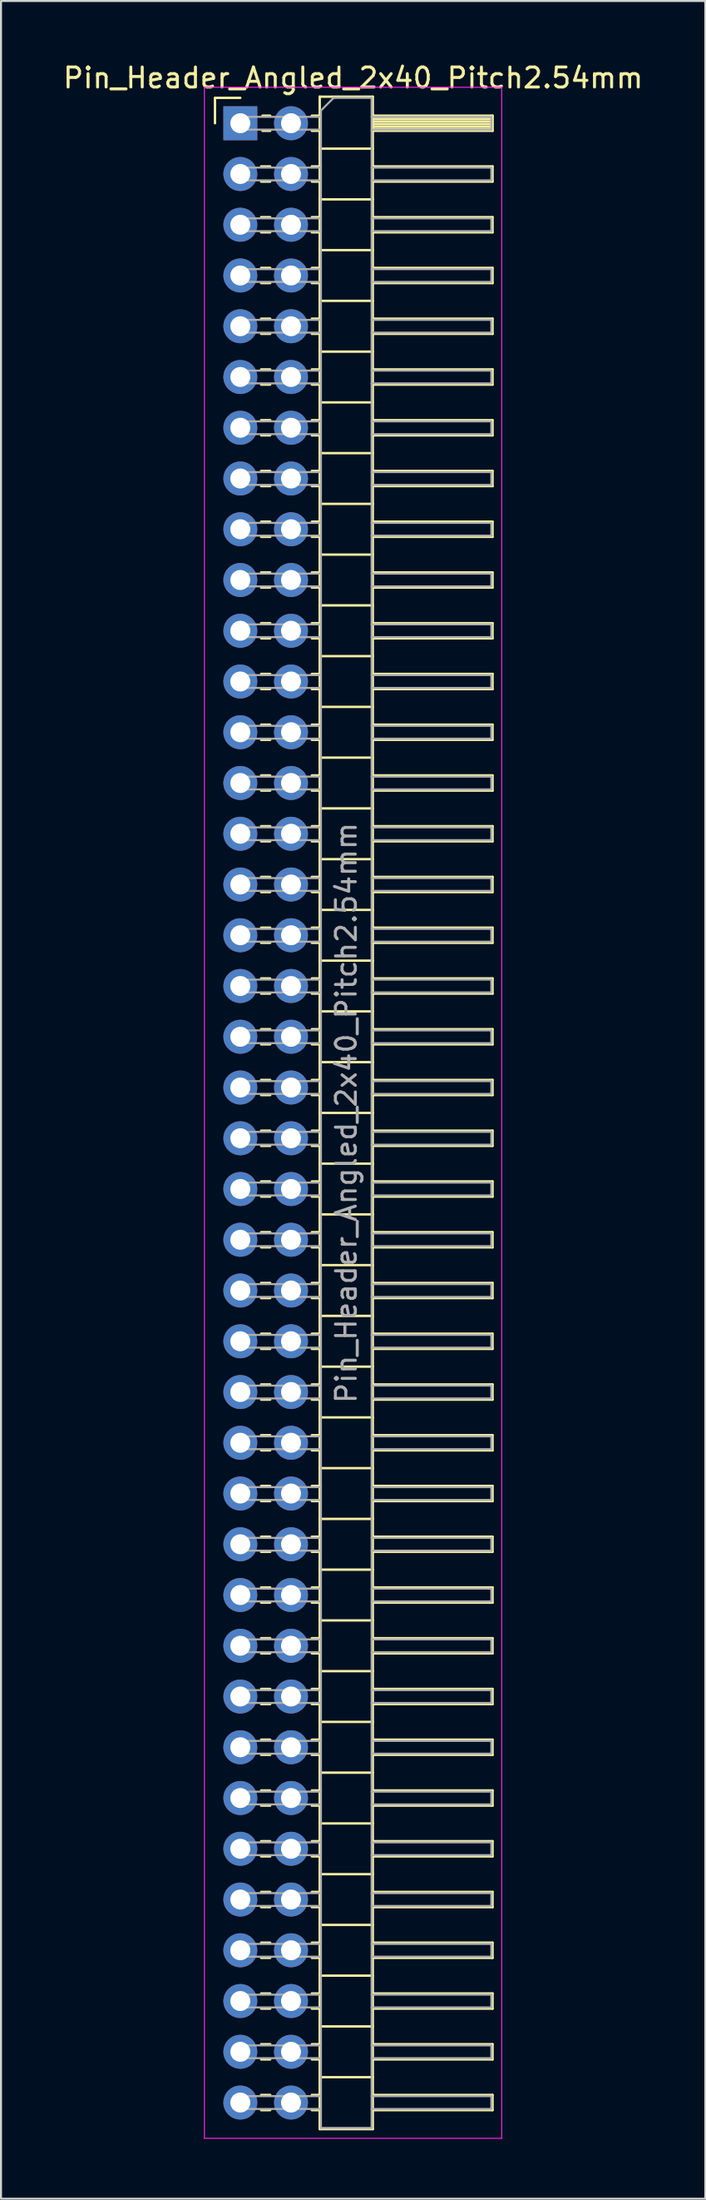
<source format=kicad_pcb>
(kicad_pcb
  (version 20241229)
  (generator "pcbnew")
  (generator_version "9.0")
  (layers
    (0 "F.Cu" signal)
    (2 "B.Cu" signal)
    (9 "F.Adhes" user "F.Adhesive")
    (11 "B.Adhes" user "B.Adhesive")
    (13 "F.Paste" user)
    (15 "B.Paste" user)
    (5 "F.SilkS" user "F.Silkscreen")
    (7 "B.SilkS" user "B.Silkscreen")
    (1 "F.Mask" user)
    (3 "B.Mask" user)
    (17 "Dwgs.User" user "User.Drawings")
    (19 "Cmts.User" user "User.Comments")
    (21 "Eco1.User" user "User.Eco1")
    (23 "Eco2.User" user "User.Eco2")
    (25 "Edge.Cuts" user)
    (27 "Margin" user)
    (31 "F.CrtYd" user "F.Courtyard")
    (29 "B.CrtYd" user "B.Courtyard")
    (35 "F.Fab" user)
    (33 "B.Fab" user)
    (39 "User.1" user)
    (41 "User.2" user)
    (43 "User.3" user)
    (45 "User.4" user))
  (footprint "Pin_Header_Angled_2x40_Pitch2.54mm"
    (layer "F.Cu")
    (at 8.994 3.118)
    (property "Reference" "Pin_Header_Angled_2x40_Pitch2.54mm" (at 5.655 -2.27 0) (layer "F.SilkS") (effects (font (size 1 1) (thickness 0.15))))
    (attr through_hole)
    (fp_line (start -1.27 -1.27) (end 0 -1.27) (stroke (width 0.12) (type solid)) (layer "F.SilkS"))
    (fp_line (start -1.27 0) (end -1.27 -1.27) (stroke (width 0.12) (type solid)) (layer "F.SilkS"))
    (fp_line (start 1.043 2.16) (end 1.497 2.16) (stroke (width 0.12) (type solid)) (layer "F.SilkS"))
    (fp_line (start 1.043 2.92) (end 1.497 2.92) (stroke (width 0.12) (type solid)) (layer "F.SilkS"))
    (fp_line (start 1.043 4.7) (end 1.497 4.7) (stroke (width 0.12) (type solid)) (layer "F.SilkS"))
    (fp_line (start 1.043 5.46) (end 1.497 5.46) (stroke (width 0.12) (type solid)) (layer "F.SilkS"))
    (fp_line (start 1.043 7.24) (end 1.497 7.24) (stroke (width 0.12) (type solid)) (layer "F.SilkS"))
    (fp_line (start 1.043 8) (end 1.497 8) (stroke (width 0.12) (type solid)) (layer "F.SilkS"))
    (fp_line (start 1.043 9.78) (end 1.497 9.78) (stroke (width 0.12) (type solid)) (layer "F.SilkS"))
    (fp_line (start 1.043 10.54) (end 1.497 10.54) (stroke (width 0.12) (type solid)) (layer "F.SilkS"))
    (fp_line (start 1.043 12.32) (end 1.497 12.32) (stroke (width 0.12) (type solid)) (layer "F.SilkS"))
    (fp_line (start 1.043 13.08) (end 1.497 13.08) (stroke (width 0.12) (type solid)) (layer "F.SilkS"))
    (fp_line (start 1.043 14.86) (end 1.497 14.86) (stroke (width 0.12) (type solid)) (layer "F.SilkS"))
    (fp_line (start 1.043 15.62) (end 1.497 15.62) (stroke (width 0.12) (type solid)) (layer "F.SilkS"))
    (fp_line (start 1.043 17.4) (end 1.497 17.4) (stroke (width 0.12) (type solid)) (layer "F.SilkS"))
    (fp_line (start 1.043 18.16) (end 1.497 18.16) (stroke (width 0.12) (type solid)) (layer "F.SilkS"))
    (fp_line (start 1.043 19.94) (end 1.497 19.94) (stroke (width 0.12) (type solid)) (layer "F.SilkS"))
    (fp_line (start 1.043 20.7) (end 1.497 20.7) (stroke (width 0.12) (type solid)) (layer "F.SilkS"))
    (fp_line (start 1.043 22.48) (end 1.497 22.48) (stroke (width 0.12) (type solid)) (layer "F.SilkS"))
    (fp_line (start 1.043 23.24) (end 1.497 23.24) (stroke (width 0.12) (type solid)) (layer "F.SilkS"))
    (fp_line (start 1.043 25.02) (end 1.497 25.02) (stroke (width 0.12) (type solid)) (layer "F.SilkS"))
    (fp_line (start 1.043 25.78) (end 1.497 25.78) (stroke (width 0.12) (type solid)) (layer "F.SilkS"))
    (fp_line (start 1.043 27.56) (end 1.497 27.56) (stroke (width 0.12) (type solid)) (layer "F.SilkS"))
    (fp_line (start 1.043 28.32) (end 1.497 28.32) (stroke (width 0.12) (type solid)) (layer "F.SilkS"))
    (fp_line (start 1.043 30.1) (end 1.497 30.1) (stroke (width 0.12) (type solid)) (layer "F.SilkS"))
    (fp_line (start 1.043 30.86) (end 1.497 30.86) (stroke (width 0.12) (type solid)) (layer "F.SilkS"))
    (fp_line (start 1.043 32.64) (end 1.497 32.64) (stroke (width 0.12) (type solid)) (layer "F.SilkS"))
    (fp_line (start 1.043 33.4) (end 1.497 33.4) (stroke (width 0.12) (type solid)) (layer "F.SilkS"))
    (fp_line (start 1.043 35.18) (end 1.497 35.18) (stroke (width 0.12) (type solid)) (layer "F.SilkS"))
    (fp_line (start 1.043 35.94) (end 1.497 35.94) (stroke (width 0.12) (type solid)) (layer "F.SilkS"))
    (fp_line (start 1.043 37.72) (end 1.497 37.72) (stroke (width 0.12) (type solid)) (layer "F.SilkS"))
    (fp_line (start 1.043 38.48) (end 1.497 38.48) (stroke (width 0.12) (type solid)) (layer "F.SilkS"))
    (fp_line (start 1.043 40.26) (end 1.497 40.26) (stroke (width 0.12) (type solid)) (layer "F.SilkS"))
    (fp_line (start 1.043 41.02) (end 1.497 41.02) (stroke (width 0.12) (type solid)) (layer "F.SilkS"))
    (fp_line (start 1.043 42.8) (end 1.497 42.8) (stroke (width 0.12) (type solid)) (layer "F.SilkS"))
    (fp_line (start 1.043 43.56) (end 1.497 43.56) (stroke (width 0.12) (type solid)) (layer "F.SilkS"))
    (fp_line (start 1.043 45.34) (end 1.497 45.34) (stroke (width 0.12) (type solid)) (layer "F.SilkS"))
    (fp_line (start 1.043 46.1) (end 1.497 46.1) (stroke (width 0.12) (type solid)) (layer "F.SilkS"))
    (fp_line (start 1.043 47.88) (end 1.497 47.88) (stroke (width 0.12) (type solid)) (layer "F.SilkS"))
    (fp_line (start 1.043 48.64) (end 1.497 48.64) (stroke (width 0.12) (type solid)) (layer "F.SilkS"))
    (fp_line (start 1.043 50.42) (end 1.497 50.42) (stroke (width 0.12) (type solid)) (layer "F.SilkS"))
    (fp_line (start 1.043 51.18) (end 1.497 51.18) (stroke (width 0.12) (type solid)) (layer "F.SilkS"))
    (fp_line (start 1.043 52.96) (end 1.497 52.96) (stroke (width 0.12) (type solid)) (layer "F.SilkS"))
    (fp_line (start 1.043 53.72) (end 1.497 53.72) (stroke (width 0.12) (type solid)) (layer "F.SilkS"))
    (fp_line (start 1.043 55.5) (end 1.497 55.5) (stroke (width 0.12) (type solid)) (layer "F.SilkS"))
    (fp_line (start 1.043 56.26) (end 1.497 56.26) (stroke (width 0.12) (type solid)) (layer "F.SilkS"))
    (fp_line (start 1.043 58.04) (end 1.497 58.04) (stroke (width 0.12) (type solid)) (layer "F.SilkS"))
    (fp_line (start 1.043 58.8) (end 1.497 58.8) (stroke (width 0.12) (type solid)) (layer "F.SilkS"))
    (fp_line (start 1.043 60.58) (end 1.497 60.58) (stroke (width 0.12) (type solid)) (layer "F.SilkS"))
    (fp_line (start 1.043 61.34) (end 1.497 61.34) (stroke (width 0.12) (type solid)) (layer "F.SilkS"))
    (fp_line (start 1.043 63.12) (end 1.497 63.12) (stroke (width 0.12) (type solid)) (layer "F.SilkS"))
    (fp_line (start 1.043 63.88) (end 1.497 63.88) (stroke (width 0.12) (type solid)) (layer "F.SilkS"))
    (fp_line (start 1.043 65.66) (end 1.497 65.66) (stroke (width 0.12) (type solid)) (layer "F.SilkS"))
    (fp_line (start 1.043 66.42) (end 1.497 66.42) (stroke (width 0.12) (type solid)) (layer "F.SilkS"))
    (fp_line (start 1.043 68.2) (end 1.497 68.2) (stroke (width 0.12) (type solid)) (layer "F.SilkS"))
    (fp_line (start 1.043 68.96) (end 1.497 68.96) (stroke (width 0.12) (type solid)) (layer "F.SilkS"))
    (fp_line (start 1.043 70.74) (end 1.497 70.74) (stroke (width 0.12) (type solid)) (layer "F.SilkS"))
    (fp_line (start 1.043 71.5) (end 1.497 71.5) (stroke (width 0.12) (type solid)) (layer "F.SilkS"))
    (fp_line (start 1.043 73.28) (end 1.497 73.28) (stroke (width 0.12) (type solid)) (layer "F.SilkS"))
    (fp_line (start 1.043 74.04) (end 1.497 74.04) (stroke (width 0.12) (type solid)) (layer "F.SilkS"))
    (fp_line (start 1.043 75.82) (end 1.497 75.82) (stroke (width 0.12) (type solid)) (layer "F.SilkS"))
    (fp_line (start 1.043 76.58) (end 1.497 76.58) (stroke (width 0.12) (type solid)) (layer "F.SilkS"))
    (fp_line (start 1.043 78.36) (end 1.497 78.36) (stroke (width 0.12) (type solid)) (layer "F.SilkS"))
    (fp_line (start 1.043 79.12) (end 1.497 79.12) (stroke (width 0.12) (type solid)) (layer "F.SilkS"))
    (fp_line (start 1.043 80.9) (end 1.497 80.9) (stroke (width 0.12) (type solid)) (layer "F.SilkS"))
    (fp_line (start 1.043 81.66) (end 1.497 81.66) (stroke (width 0.12) (type solid)) (layer "F.SilkS"))
    (fp_line (start 1.043 83.44) (end 1.497 83.44) (stroke (width 0.12) (type solid)) (layer "F.SilkS"))
    (fp_line (start 1.043 84.2) (end 1.497 84.2) (stroke (width 0.12) (type solid)) (layer "F.SilkS"))
    (fp_line (start 1.043 85.98) (end 1.497 85.98) (stroke (width 0.12) (type solid)) (layer "F.SilkS"))
    (fp_line (start 1.043 86.74) (end 1.497 86.74) (stroke (width 0.12) (type solid)) (layer "F.SilkS"))
    (fp_line (start 1.043 88.52) (end 1.497 88.52) (stroke (width 0.12) (type solid)) (layer "F.SilkS"))
    (fp_line (start 1.043 89.28) (end 1.497 89.28) (stroke (width 0.12) (type solid)) (layer "F.SilkS"))
    (fp_line (start 1.043 91.06) (end 1.497 91.06) (stroke (width 0.12) (type solid)) (layer "F.SilkS"))
    (fp_line (start 1.043 91.82) (end 1.497 91.82) (stroke (width 0.12) (type solid)) (layer "F.SilkS"))
    (fp_line (start 1.043 93.6) (end 1.497 93.6) (stroke (width 0.12) (type solid)) (layer "F.SilkS"))
    (fp_line (start 1.043 94.36) (end 1.497 94.36) (stroke (width 0.12) (type solid)) (layer "F.SilkS"))
    (fp_line (start 1.043 96.14) (end 1.497 96.14) (stroke (width 0.12) (type solid)) (layer "F.SilkS"))
    (fp_line (start 1.043 96.9) (end 1.497 96.9) (stroke (width 0.12) (type solid)) (layer "F.SilkS"))
    (fp_line (start 1.043 98.68) (end 1.497 98.68) (stroke (width 0.12) (type solid)) (layer "F.SilkS"))
    (fp_line (start 1.043 99.44) (end 1.497 99.44) (stroke (width 0.12) (type solid)) (layer "F.SilkS"))
    (fp_line (start 1.11 -0.38) (end 1.497 -0.38) (stroke (width 0.12) (type solid)) (layer "F.SilkS"))
    (fp_line (start 1.11 0.38) (end 1.497 0.38) (stroke (width 0.12) (type solid)) (layer "F.SilkS"))
    (fp_line (start 3.583 -0.38) (end 3.98 -0.38) (stroke (width 0.12) (type solid)) (layer "F.SilkS"))
    (fp_line (start 3.583 0.38) (end 3.98 0.38) (stroke (width 0.12) (type solid)) (layer "F.SilkS"))
    (fp_line (start 3.583 2.16) (end 3.98 2.16) (stroke (width 0.12) (type solid)) (layer "F.SilkS"))
    (fp_line (start 3.583 2.92) (end 3.98 2.92) (stroke (width 0.12) (type solid)) (layer "F.SilkS"))
    (fp_line (start 3.583 4.7) (end 3.98 4.7) (stroke (width 0.12) (type solid)) (layer "F.SilkS"))
    (fp_line (start 3.583 5.46) (end 3.98 5.46) (stroke (width 0.12) (type solid)) (layer "F.SilkS"))
    (fp_line (start 3.583 7.24) (end 3.98 7.24) (stroke (width 0.12) (type solid)) (layer "F.SilkS"))
    (fp_line (start 3.583 8) (end 3.98 8) (stroke (width 0.12) (type solid)) (layer "F.SilkS"))
    (fp_line (start 3.583 9.78) (end 3.98 9.78) (stroke (width 0.12) (type solid)) (layer "F.SilkS"))
    (fp_line (start 3.583 10.54) (end 3.98 10.54) (stroke (width 0.12) (type solid)) (layer "F.SilkS"))
    (fp_line (start 3.583 12.32) (end 3.98 12.32) (stroke (width 0.12) (type solid)) (layer "F.SilkS"))
    (fp_line (start 3.583 13.08) (end 3.98 13.08) (stroke (width 0.12) (type solid)) (layer "F.SilkS"))
    (fp_line (start 3.583 14.86) (end 3.98 14.86) (stroke (width 0.12) (type solid)) (layer "F.SilkS"))
    (fp_line (start 3.583 15.62) (end 3.98 15.62) (stroke (width 0.12) (type solid)) (layer "F.SilkS"))
    (fp_line (start 3.583 17.4) (end 3.98 17.4) (stroke (width 0.12) (type solid)) (layer "F.SilkS"))
    (fp_line (start 3.583 18.16) (end 3.98 18.16) (stroke (width 0.12) (type solid)) (layer "F.SilkS"))
    (fp_line (start 3.583 19.94) (end 3.98 19.94) (stroke (width 0.12) (type solid)) (layer "F.SilkS"))
    (fp_line (start 3.583 20.7) (end 3.98 20.7) (stroke (width 0.12) (type solid)) (layer "F.SilkS"))
    (fp_line (start 3.583 22.48) (end 3.98 22.48) (stroke (width 0.12) (type solid)) (layer "F.SilkS"))
    (fp_line (start 3.583 23.24) (end 3.98 23.24) (stroke (width 0.12) (type solid)) (layer "F.SilkS"))
    (fp_line (start 3.583 25.02) (end 3.98 25.02) (stroke (width 0.12) (type solid)) (layer "F.SilkS"))
    (fp_line (start 3.583 25.78) (end 3.98 25.78) (stroke (width 0.12) (type solid)) (layer "F.SilkS"))
    (fp_line (start 3.583 27.56) (end 3.98 27.56) (stroke (width 0.12) (type solid)) (layer "F.SilkS"))
    (fp_line (start 3.583 28.32) (end 3.98 28.32) (stroke (width 0.12) (type solid)) (layer "F.SilkS"))
    (fp_line (start 3.583 30.1) (end 3.98 30.1) (stroke (width 0.12) (type solid)) (layer "F.SilkS"))
    (fp_line (start 3.583 30.86) (end 3.98 30.86) (stroke (width 0.12) (type solid)) (layer "F.SilkS"))
    (fp_line (start 3.583 32.64) (end 3.98 32.64) (stroke (width 0.12) (type solid)) (layer "F.SilkS"))
    (fp_line (start 3.583 33.4) (end 3.98 33.4) (stroke (width 0.12) (type solid)) (layer "F.SilkS"))
    (fp_line (start 3.583 35.18) (end 3.98 35.18) (stroke (width 0.12) (type solid)) (layer "F.SilkS"))
    (fp_line (start 3.583 35.94) (end 3.98 35.94) (stroke (width 0.12) (type solid)) (layer "F.SilkS"))
    (fp_line (start 3.583 37.72) (end 3.98 37.72) (stroke (width 0.12) (type solid)) (layer "F.SilkS"))
    (fp_line (start 3.583 38.48) (end 3.98 38.48) (stroke (width 0.12) (type solid)) (layer "F.SilkS"))
    (fp_line (start 3.583 40.26) (end 3.98 40.26) (stroke (width 0.12) (type solid)) (layer "F.SilkS"))
    (fp_line (start 3.583 41.02) (end 3.98 41.02) (stroke (width 0.12) (type solid)) (layer "F.SilkS"))
    (fp_line (start 3.583 42.8) (end 3.98 42.8) (stroke (width 0.12) (type solid)) (layer "F.SilkS"))
    (fp_line (start 3.583 43.56) (end 3.98 43.56) (stroke (width 0.12) (type solid)) (layer "F.SilkS"))
    (fp_line (start 3.583 45.34) (end 3.98 45.34) (stroke (width 0.12) (type solid)) (layer "F.SilkS"))
    (fp_line (start 3.583 46.1) (end 3.98 46.1) (stroke (width 0.12) (type solid)) (layer "F.SilkS"))
    (fp_line (start 3.583 47.88) (end 3.98 47.88) (stroke (width 0.12) (type solid)) (layer "F.SilkS"))
    (fp_line (start 3.583 48.64) (end 3.98 48.64) (stroke (width 0.12) (type solid)) (layer "F.SilkS"))
    (fp_line (start 3.583 50.42) (end 3.98 50.42) (stroke (width 0.12) (type solid)) (layer "F.SilkS"))
    (fp_line (start 3.583 51.18) (end 3.98 51.18) (stroke (width 0.12) (type solid)) (layer "F.SilkS"))
    (fp_line (start 3.583 52.96) (end 3.98 52.96) (stroke (width 0.12) (type solid)) (layer "F.SilkS"))
    (fp_line (start 3.583 53.72) (end 3.98 53.72) (stroke (width 0.12) (type solid)) (layer "F.SilkS"))
    (fp_line (start 3.583 55.5) (end 3.98 55.5) (stroke (width 0.12) (type solid)) (layer "F.SilkS"))
    (fp_line (start 3.583 56.26) (end 3.98 56.26) (stroke (width 0.12) (type solid)) (layer "F.SilkS"))
    (fp_line (start 3.583 58.04) (end 3.98 58.04) (stroke (width 0.12) (type solid)) (layer "F.SilkS"))
    (fp_line (start 3.583 58.8) (end 3.98 58.8) (stroke (width 0.12) (type solid)) (layer "F.SilkS"))
    (fp_line (start 3.583 60.58) (end 3.98 60.58) (stroke (width 0.12) (type solid)) (layer "F.SilkS"))
    (fp_line (start 3.583 61.34) (end 3.98 61.34) (stroke (width 0.12) (type solid)) (layer "F.SilkS"))
    (fp_line (start 3.583 63.12) (end 3.98 63.12) (stroke (width 0.12) (type solid)) (layer "F.SilkS"))
    (fp_line (start 3.583 63.88) (end 3.98 63.88) (stroke (width 0.12) (type solid)) (layer "F.SilkS"))
    (fp_line (start 3.583 65.66) (end 3.98 65.66) (stroke (width 0.12) (type solid)) (layer "F.SilkS"))
    (fp_line (start 3.583 66.42) (end 3.98 66.42) (stroke (width 0.12) (type solid)) (layer "F.SilkS"))
    (fp_line (start 3.583 68.2) (end 3.98 68.2) (stroke (width 0.12) (type solid)) (layer "F.SilkS"))
    (fp_line (start 3.583 68.96) (end 3.98 68.96) (stroke (width 0.12) (type solid)) (layer "F.SilkS"))
    (fp_line (start 3.583 70.74) (end 3.98 70.74) (stroke (width 0.12) (type solid)) (layer "F.SilkS"))
    (fp_line (start 3.583 71.5) (end 3.98 71.5) (stroke (width 0.12) (type solid)) (layer "F.SilkS"))
    (fp_line (start 3.583 73.28) (end 3.98 73.28) (stroke (width 0.12) (type solid)) (layer "F.SilkS"))
    (fp_line (start 3.583 74.04) (end 3.98 74.04) (stroke (width 0.12) (type solid)) (layer "F.SilkS"))
    (fp_line (start 3.583 75.82) (end 3.98 75.82) (stroke (width 0.12) (type solid)) (layer "F.SilkS"))
    (fp_line (start 3.583 76.58) (end 3.98 76.58) (stroke (width 0.12) (type solid)) (layer "F.SilkS"))
    (fp_line (start 3.583 78.36) (end 3.98 78.36) (stroke (width 0.12) (type solid)) (layer "F.SilkS"))
    (fp_line (start 3.583 79.12) (end 3.98 79.12) (stroke (width 0.12) (type solid)) (layer "F.SilkS"))
    (fp_line (start 3.583 80.9) (end 3.98 80.9) (stroke (width 0.12) (type solid)) (layer "F.SilkS"))
    (fp_line (start 3.583 81.66) (end 3.98 81.66) (stroke (width 0.12) (type solid)) (layer "F.SilkS"))
    (fp_line (start 3.583 83.44) (end 3.98 83.44) (stroke (width 0.12) (type solid)) (layer "F.SilkS"))
    (fp_line (start 3.583 84.2) (end 3.98 84.2) (stroke (width 0.12) (type solid)) (layer "F.SilkS"))
    (fp_line (start 3.583 85.98) (end 3.98 85.98) (stroke (width 0.12) (type solid)) (layer "F.SilkS"))
    (fp_line (start 3.583 86.74) (end 3.98 86.74) (stroke (width 0.12) (type solid)) (layer "F.SilkS"))
    (fp_line (start 3.583 88.52) (end 3.98 88.52) (stroke (width 0.12) (type solid)) (layer "F.SilkS"))
    (fp_line (start 3.583 89.28) (end 3.98 89.28) (stroke (width 0.12) (type solid)) (layer "F.SilkS"))
    (fp_line (start 3.583 91.06) (end 3.98 91.06) (stroke (width 0.12) (type solid)) (layer "F.SilkS"))
    (fp_line (start 3.583 91.82) (end 3.98 91.82) (stroke (width 0.12) (type solid)) (layer "F.SilkS"))
    (fp_line (start 3.583 93.6) (end 3.98 93.6) (stroke (width 0.12) (type solid)) (layer "F.SilkS"))
    (fp_line (start 3.583 94.36) (end 3.98 94.36) (stroke (width 0.12) (type solid)) (layer "F.SilkS"))
    (fp_line (start 3.583 96.14) (end 3.98 96.14) (stroke (width 0.12) (type solid)) (layer "F.SilkS"))
    (fp_line (start 3.583 96.9) (end 3.98 96.9) (stroke (width 0.12) (type solid)) (layer "F.SilkS"))
    (fp_line (start 3.583 98.68) (end 3.98 98.68) (stroke (width 0.12) (type solid)) (layer "F.SilkS"))
    (fp_line (start 3.583 99.44) (end 3.98 99.44) (stroke (width 0.12) (type solid)) (layer "F.SilkS"))
    (fp_line (start 3.98 -1.33) (end 3.98 100.39) (stroke (width 0.12) (type solid)) (layer "F.SilkS"))
    (fp_line (start 3.98 1.27) (end 6.64 1.27) (stroke (width 0.12) (type solid)) (layer "F.SilkS"))
    (fp_line (start 3.98 3.81) (end 6.64 3.81) (stroke (width 0.12) (type solid)) (layer "F.SilkS"))
    (fp_line (start 3.98 6.35) (end 6.64 6.35) (stroke (width 0.12) (type solid)) (layer "F.SilkS"))
    (fp_line (start 3.98 8.89) (end 6.64 8.89) (stroke (width 0.12) (type solid)) (layer "F.SilkS"))
    (fp_line (start 3.98 11.43) (end 6.64 11.43) (stroke (width 0.12) (type solid)) (layer "F.SilkS"))
    (fp_line (start 3.98 13.97) (end 6.64 13.97) (stroke (width 0.12) (type solid)) (layer "F.SilkS"))
    (fp_line (start 3.98 16.51) (end 6.64 16.51) (stroke (width 0.12) (type solid)) (layer "F.SilkS"))
    (fp_line (start 3.98 19.05) (end 6.64 19.05) (stroke (width 0.12) (type solid)) (layer "F.SilkS"))
    (fp_line (start 3.98 21.59) (end 6.64 21.59) (stroke (width 0.12) (type solid)) (layer "F.SilkS"))
    (fp_line (start 3.98 24.13) (end 6.64 24.13) (stroke (width 0.12) (type solid)) (layer "F.SilkS"))
    (fp_line (start 3.98 26.67) (end 6.64 26.67) (stroke (width 0.12) (type solid)) (layer "F.SilkS"))
    (fp_line (start 3.98 29.21) (end 6.64 29.21) (stroke (width 0.12) (type solid)) (layer "F.SilkS"))
    (fp_line (start 3.98 31.75) (end 6.64 31.75) (stroke (width 0.12) (type solid)) (layer "F.SilkS"))
    (fp_line (start 3.98 34.29) (end 6.64 34.29) (stroke (width 0.12) (type solid)) (layer "F.SilkS"))
    (fp_line (start 3.98 36.83) (end 6.64 36.83) (stroke (width 0.12) (type solid)) (layer "F.SilkS"))
    (fp_line (start 3.98 39.37) (end 6.64 39.37) (stroke (width 0.12) (type solid)) (layer "F.SilkS"))
    (fp_line (start 3.98 41.91) (end 6.64 41.91) (stroke (width 0.12) (type solid)) (layer "F.SilkS"))
    (fp_line (start 3.98 44.45) (end 6.64 44.45) (stroke (width 0.12) (type solid)) (layer "F.SilkS"))
    (fp_line (start 3.98 46.99) (end 6.64 46.99) (stroke (width 0.12) (type solid)) (layer "F.SilkS"))
    (fp_line (start 3.98 49.53) (end 6.64 49.53) (stroke (width 0.12) (type solid)) (layer "F.SilkS"))
    (fp_line (start 3.98 52.07) (end 6.64 52.07) (stroke (width 0.12) (type solid)) (layer "F.SilkS"))
    (fp_line (start 3.98 54.61) (end 6.64 54.61) (stroke (width 0.12) (type solid)) (layer "F.SilkS"))
    (fp_line (start 3.98 57.15) (end 6.64 57.15) (stroke (width 0.12) (type solid)) (layer "F.SilkS"))
    (fp_line (start 3.98 59.69) (end 6.64 59.69) (stroke (width 0.12) (type solid)) (layer "F.SilkS"))
    (fp_line (start 3.98 62.23) (end 6.64 62.23) (stroke (width 0.12) (type solid)) (layer "F.SilkS"))
    (fp_line (start 3.98 64.77) (end 6.64 64.77) (stroke (width 0.12) (type solid)) (layer "F.SilkS"))
    (fp_line (start 3.98 67.31) (end 6.64 67.31) (stroke (width 0.12) (type solid)) (layer "F.SilkS"))
    (fp_line (start 3.98 69.85) (end 6.64 69.85) (stroke (width 0.12) (type solid)) (layer "F.SilkS"))
    (fp_line (start 3.98 72.39) (end 6.64 72.39) (stroke (width 0.12) (type solid)) (layer "F.SilkS"))
    (fp_line (start 3.98 74.93) (end 6.64 74.93) (stroke (width 0.12) (type solid)) (layer "F.SilkS"))
    (fp_line (start 3.98 77.47) (end 6.64 77.47) (stroke (width 0.12) (type solid)) (layer "F.SilkS"))
    (fp_line (start 3.98 80.01) (end 6.64 80.01) (stroke (width 0.12) (type solid)) (layer "F.SilkS"))
    (fp_line (start 3.98 82.55) (end 6.64 82.55) (stroke (width 0.12) (type solid)) (layer "F.SilkS"))
    (fp_line (start 3.98 85.09) (end 6.64 85.09) (stroke (width 0.12) (type solid)) (layer "F.SilkS"))
    (fp_line (start 3.98 87.63) (end 6.64 87.63) (stroke (width 0.12) (type solid)) (layer "F.SilkS"))
    (fp_line (start 3.98 90.17) (end 6.64 90.17) (stroke (width 0.12) (type solid)) (layer "F.SilkS"))
    (fp_line (start 3.98 92.71) (end 6.64 92.71) (stroke (width 0.12) (type solid)) (layer "F.SilkS"))
    (fp_line (start 3.98 95.25) (end 6.64 95.25) (stroke (width 0.12) (type solid)) (layer "F.SilkS"))
    (fp_line (start 3.98 97.79) (end 6.64 97.79) (stroke (width 0.12) (type solid)) (layer "F.SilkS"))
    (fp_line (start 3.98 100.39) (end 6.64 100.39) (stroke (width 0.12) (type solid)) (layer "F.SilkS"))
    (fp_line (start 6.64 -1.33) (end 3.98 -1.33) (stroke (width 0.12) (type solid)) (layer "F.SilkS"))
    (fp_line (start 6.64 -0.38) (end 12.64 -0.38) (stroke (width 0.12) (type solid)) (layer "F.SilkS"))
    (fp_line (start 6.64 -0.32) (end 12.64 -0.32) (stroke (width 0.12) (type solid)) (layer "F.SilkS"))
    (fp_line (start 6.64 -0.2) (end 12.64 -0.2) (stroke (width 0.12) (type solid)) (layer "F.SilkS"))
    (fp_line (start 6.64 -0.08) (end 12.64 -0.08) (stroke (width 0.12) (type solid)) (layer "F.SilkS"))
    (fp_line (start 6.64 0.04) (end 12.64 0.04) (stroke (width 0.12) (type solid)) (layer "F.SilkS"))
    (fp_line (start 6.64 0.16) (end 12.64 0.16) (stroke (width 0.12) (type solid)) (layer "F.SilkS"))
    (fp_line (start 6.64 0.28) (end 12.64 0.28) (stroke (width 0.12) (type solid)) (layer "F.SilkS"))
    (fp_line (start 6.64 2.16) (end 12.64 2.16) (stroke (width 0.12) (type solid)) (layer "F.SilkS"))
    (fp_line (start 6.64 4.7) (end 12.64 4.7) (stroke (width 0.12) (type solid)) (layer "F.SilkS"))
    (fp_line (start 6.64 7.24) (end 12.64 7.24) (stroke (width 0.12) (type solid)) (layer "F.SilkS"))
    (fp_line (start 6.64 9.78) (end 12.64 9.78) (stroke (width 0.12) (type solid)) (layer "F.SilkS"))
    (fp_line (start 6.64 12.32) (end 12.64 12.32) (stroke (width 0.12) (type solid)) (layer "F.SilkS"))
    (fp_line (start 6.64 14.86) (end 12.64 14.86) (stroke (width 0.12) (type solid)) (layer "F.SilkS"))
    (fp_line (start 6.64 17.4) (end 12.64 17.4) (stroke (width 0.12) (type solid)) (layer "F.SilkS"))
    (fp_line (start 6.64 19.94) (end 12.64 19.94) (stroke (width 0.12) (type solid)) (layer "F.SilkS"))
    (fp_line (start 6.64 22.48) (end 12.64 22.48) (stroke (width 0.12) (type solid)) (layer "F.SilkS"))
    (fp_line (start 6.64 25.02) (end 12.64 25.02) (stroke (width 0.12) (type solid)) (layer "F.SilkS"))
    (fp_line (start 6.64 27.56) (end 12.64 27.56) (stroke (width 0.12) (type solid)) (layer "F.SilkS"))
    (fp_line (start 6.64 30.1) (end 12.64 30.1) (stroke (width 0.12) (type solid)) (layer "F.SilkS"))
    (fp_line (start 6.64 32.64) (end 12.64 32.64) (stroke (width 0.12) (type solid)) (layer "F.SilkS"))
    (fp_line (start 6.64 35.18) (end 12.64 35.18) (stroke (width 0.12) (type solid)) (layer "F.SilkS"))
    (fp_line (start 6.64 37.72) (end 12.64 37.72) (stroke (width 0.12) (type solid)) (layer "F.SilkS"))
    (fp_line (start 6.64 40.26) (end 12.64 40.26) (stroke (width 0.12) (type solid)) (layer "F.SilkS"))
    (fp_line (start 6.64 42.8) (end 12.64 42.8) (stroke (width 0.12) (type solid)) (layer "F.SilkS"))
    (fp_line (start 6.64 45.34) (end 12.64 45.34) (stroke (width 0.12) (type solid)) (layer "F.SilkS"))
    (fp_line (start 6.64 47.88) (end 12.64 47.88) (stroke (width 0.12) (type solid)) (layer "F.SilkS"))
    (fp_line (start 6.64 50.42) (end 12.64 50.42) (stroke (width 0.12) (type solid)) (layer "F.SilkS"))
    (fp_line (start 6.64 52.96) (end 12.64 52.96) (stroke (width 0.12) (type solid)) (layer "F.SilkS"))
    (fp_line (start 6.64 55.5) (end 12.64 55.5) (stroke (width 0.12) (type solid)) (layer "F.SilkS"))
    (fp_line (start 6.64 58.04) (end 12.64 58.04) (stroke (width 0.12) (type solid)) (layer "F.SilkS"))
    (fp_line (start 6.64 60.58) (end 12.64 60.58) (stroke (width 0.12) (type solid)) (layer "F.SilkS"))
    (fp_line (start 6.64 63.12) (end 12.64 63.12) (stroke (width 0.12) (type solid)) (layer "F.SilkS"))
    (fp_line (start 6.64 65.66) (end 12.64 65.66) (stroke (width 0.12) (type solid)) (layer "F.SilkS"))
    (fp_line (start 6.64 68.2) (end 12.64 68.2) (stroke (width 0.12) (type solid)) (layer "F.SilkS"))
    (fp_line (start 6.64 70.74) (end 12.64 70.74) (stroke (width 0.12) (type solid)) (layer "F.SilkS"))
    (fp_line (start 6.64 73.28) (end 12.64 73.28) (stroke (width 0.12) (type solid)) (layer "F.SilkS"))
    (fp_line (start 6.64 75.82) (end 12.64 75.82) (stroke (width 0.12) (type solid)) (layer "F.SilkS"))
    (fp_line (start 6.64 78.36) (end 12.64 78.36) (stroke (width 0.12) (type solid)) (layer "F.SilkS"))
    (fp_line (start 6.64 80.9) (end 12.64 80.9) (stroke (width 0.12) (type solid)) (layer "F.SilkS"))
    (fp_line (start 6.64 83.44) (end 12.64 83.44) (stroke (width 0.12) (type solid)) (layer "F.SilkS"))
    (fp_line (start 6.64 85.98) (end 12.64 85.98) (stroke (width 0.12) (type solid)) (layer "F.SilkS"))
    (fp_line (start 6.64 88.52) (end 12.64 88.52) (stroke (width 0.12) (type solid)) (layer "F.SilkS"))
    (fp_line (start 6.64 91.06) (end 12.64 91.06) (stroke (width 0.12) (type solid)) (layer "F.SilkS"))
    (fp_line (start 6.64 93.6) (end 12.64 93.6) (stroke (width 0.12) (type solid)) (layer "F.SilkS"))
    (fp_line (start 6.64 96.14) (end 12.64 96.14) (stroke (width 0.12) (type solid)) (layer "F.SilkS"))
    (fp_line (start 6.64 98.68) (end 12.64 98.68) (stroke (width 0.12) (type solid)) (layer "F.SilkS"))
    (fp_line (start 6.64 100.39) (end 6.64 -1.33) (stroke (width 0.12) (type solid)) (layer "F.SilkS"))
    (fp_line (start 12.64 -0.38) (end 12.64 0.38) (stroke (width 0.12) (type solid)) (layer "F.SilkS"))
    (fp_line (start 12.64 0.38) (end 6.64 0.38) (stroke (width 0.12) (type solid)) (layer "F.SilkS"))
    (fp_line (start 12.64 2.16) (end 12.64 2.92) (stroke (width 0.12) (type solid)) (layer "F.SilkS"))
    (fp_line (start 12.64 2.92) (end 6.64 2.92) (stroke (width 0.12) (type solid)) (layer "F.SilkS"))
    (fp_line (start 12.64 4.7) (end 12.64 5.46) (stroke (width 0.12) (type solid)) (layer "F.SilkS"))
    (fp_line (start 12.64 5.46) (end 6.64 5.46) (stroke (width 0.12) (type solid)) (layer "F.SilkS"))
    (fp_line (start 12.64 7.24) (end 12.64 8) (stroke (width 0.12) (type solid)) (layer "F.SilkS"))
    (fp_line (start 12.64 8) (end 6.64 8) (stroke (width 0.12) (type solid)) (layer "F.SilkS"))
    (fp_line (start 12.64 9.78) (end 12.64 10.54) (stroke (width 0.12) (type solid)) (layer "F.SilkS"))
    (fp_line (start 12.64 10.54) (end 6.64 10.54) (stroke (width 0.12) (type solid)) (layer "F.SilkS"))
    (fp_line (start 12.64 12.32) (end 12.64 13.08) (stroke (width 0.12) (type solid)) (layer "F.SilkS"))
    (fp_line (start 12.64 13.08) (end 6.64 13.08) (stroke (width 0.12) (type solid)) (layer "F.SilkS"))
    (fp_line (start 12.64 14.86) (end 12.64 15.62) (stroke (width 0.12) (type solid)) (layer "F.SilkS"))
    (fp_line (start 12.64 15.62) (end 6.64 15.62) (stroke (width 0.12) (type solid)) (layer "F.SilkS"))
    (fp_line (start 12.64 17.4) (end 12.64 18.16) (stroke (width 0.12) (type solid)) (layer "F.SilkS"))
    (fp_line (start 12.64 18.16) (end 6.64 18.16) (stroke (width 0.12) (type solid)) (layer "F.SilkS"))
    (fp_line (start 12.64 19.94) (end 12.64 20.7) (stroke (width 0.12) (type solid)) (layer "F.SilkS"))
    (fp_line (start 12.64 20.7) (end 6.64 20.7) (stroke (width 0.12) (type solid)) (layer "F.SilkS"))
    (fp_line (start 12.64 22.48) (end 12.64 23.24) (stroke (width 0.12) (type solid)) (layer "F.SilkS"))
    (fp_line (start 12.64 23.24) (end 6.64 23.24) (stroke (width 0.12) (type solid)) (layer "F.SilkS"))
    (fp_line (start 12.64 25.02) (end 12.64 25.78) (stroke (width 0.12) (type solid)) (layer "F.SilkS"))
    (fp_line (start 12.64 25.78) (end 6.64 25.78) (stroke (width 0.12) (type solid)) (layer "F.SilkS"))
    (fp_line (start 12.64 27.56) (end 12.64 28.32) (stroke (width 0.12) (type solid)) (layer "F.SilkS"))
    (fp_line (start 12.64 28.32) (end 6.64 28.32) (stroke (width 0.12) (type solid)) (layer "F.SilkS"))
    (fp_line (start 12.64 30.1) (end 12.64 30.86) (stroke (width 0.12) (type solid)) (layer "F.SilkS"))
    (fp_line (start 12.64 30.86) (end 6.64 30.86) (stroke (width 0.12) (type solid)) (layer "F.SilkS"))
    (fp_line (start 12.64 32.64) (end 12.64 33.4) (stroke (width 0.12) (type solid)) (layer "F.SilkS"))
    (fp_line (start 12.64 33.4) (end 6.64 33.4) (stroke (width 0.12) (type solid)) (layer "F.SilkS"))
    (fp_line (start 12.64 35.18) (end 12.64 35.94) (stroke (width 0.12) (type solid)) (layer "F.SilkS"))
    (fp_line (start 12.64 35.94) (end 6.64 35.94) (stroke (width 0.12) (type solid)) (layer "F.SilkS"))
    (fp_line (start 12.64 37.72) (end 12.64 38.48) (stroke (width 0.12) (type solid)) (layer "F.SilkS"))
    (fp_line (start 12.64 38.48) (end 6.64 38.48) (stroke (width 0.12) (type solid)) (layer "F.SilkS"))
    (fp_line (start 12.64 40.26) (end 12.64 41.02) (stroke (width 0.12) (type solid)) (layer "F.SilkS"))
    (fp_line (start 12.64 41.02) (end 6.64 41.02) (stroke (width 0.12) (type solid)) (layer "F.SilkS"))
    (fp_line (start 12.64 42.8) (end 12.64 43.56) (stroke (width 0.12) (type solid)) (layer "F.SilkS"))
    (fp_line (start 12.64 43.56) (end 6.64 43.56) (stroke (width 0.12) (type solid)) (layer "F.SilkS"))
    (fp_line (start 12.64 45.34) (end 12.64 46.1) (stroke (width 0.12) (type solid)) (layer "F.SilkS"))
    (fp_line (start 12.64 46.1) (end 6.64 46.1) (stroke (width 0.12) (type solid)) (layer "F.SilkS"))
    (fp_line (start 12.64 47.88) (end 12.64 48.64) (stroke (width 0.12) (type solid)) (layer "F.SilkS"))
    (fp_line (start 12.64 48.64) (end 6.64 48.64) (stroke (width 0.12) (type solid)) (layer "F.SilkS"))
    (fp_line (start 12.64 50.42) (end 12.64 51.18) (stroke (width 0.12) (type solid)) (layer "F.SilkS"))
    (fp_line (start 12.64 51.18) (end 6.64 51.18) (stroke (width 0.12) (type solid)) (layer "F.SilkS"))
    (fp_line (start 12.64 52.96) (end 12.64 53.72) (stroke (width 0.12) (type solid)) (layer "F.SilkS"))
    (fp_line (start 12.64 53.72) (end 6.64 53.72) (stroke (width 0.12) (type solid)) (layer "F.SilkS"))
    (fp_line (start 12.64 55.5) (end 12.64 56.26) (stroke (width 0.12) (type solid)) (layer "F.SilkS"))
    (fp_line (start 12.64 56.26) (end 6.64 56.26) (stroke (width 0.12) (type solid)) (layer "F.SilkS"))
    (fp_line (start 12.64 58.04) (end 12.64 58.8) (stroke (width 0.12) (type solid)) (layer "F.SilkS"))
    (fp_line (start 12.64 58.8) (end 6.64 58.8) (stroke (width 0.12) (type solid)) (layer "F.SilkS"))
    (fp_line (start 12.64 60.58) (end 12.64 61.34) (stroke (width 0.12) (type solid)) (layer "F.SilkS"))
    (fp_line (start 12.64 61.34) (end 6.64 61.34) (stroke (width 0.12) (type solid)) (layer "F.SilkS"))
    (fp_line (start 12.64 63.12) (end 12.64 63.88) (stroke (width 0.12) (type solid)) (layer "F.SilkS"))
    (fp_line (start 12.64 63.88) (end 6.64 63.88) (stroke (width 0.12) (type solid)) (layer "F.SilkS"))
    (fp_line (start 12.64 65.66) (end 12.64 66.42) (stroke (width 0.12) (type solid)) (layer "F.SilkS"))
    (fp_line (start 12.64 66.42) (end 6.64 66.42) (stroke (width 0.12) (type solid)) (layer "F.SilkS"))
    (fp_line (start 12.64 68.2) (end 12.64 68.96) (stroke (width 0.12) (type solid)) (layer "F.SilkS"))
    (fp_line (start 12.64 68.96) (end 6.64 68.96) (stroke (width 0.12) (type solid)) (layer "F.SilkS"))
    (fp_line (start 12.64 70.74) (end 12.64 71.5) (stroke (width 0.12) (type solid)) (layer "F.SilkS"))
    (fp_line (start 12.64 71.5) (end 6.64 71.5) (stroke (width 0.12) (type solid)) (layer "F.SilkS"))
    (fp_line (start 12.64 73.28) (end 12.64 74.04) (stroke (width 0.12) (type solid)) (layer "F.SilkS"))
    (fp_line (start 12.64 74.04) (end 6.64 74.04) (stroke (width 0.12) (type solid)) (layer "F.SilkS"))
    (fp_line (start 12.64 75.82) (end 12.64 76.58) (stroke (width 0.12) (type solid)) (layer "F.SilkS"))
    (fp_line (start 12.64 76.58) (end 6.64 76.58) (stroke (width 0.12) (type solid)) (layer "F.SilkS"))
    (fp_line (start 12.64 78.36) (end 12.64 79.12) (stroke (width 0.12) (type solid)) (layer "F.SilkS"))
    (fp_line (start 12.64 79.12) (end 6.64 79.12) (stroke (width 0.12) (type solid)) (layer "F.SilkS"))
    (fp_line (start 12.64 80.9) (end 12.64 81.66) (stroke (width 0.12) (type solid)) (layer "F.SilkS"))
    (fp_line (start 12.64 81.66) (end 6.64 81.66) (stroke (width 0.12) (type solid)) (layer "F.SilkS"))
    (fp_line (start 12.64 83.44) (end 12.64 84.2) (stroke (width 0.12) (type solid)) (layer "F.SilkS"))
    (fp_line (start 12.64 84.2) (end 6.64 84.2) (stroke (width 0.12) (type solid)) (layer "F.SilkS"))
    (fp_line (start 12.64 85.98) (end 12.64 86.74) (stroke (width 0.12) (type solid)) (layer "F.SilkS"))
    (fp_line (start 12.64 86.74) (end 6.64 86.74) (stroke (width 0.12) (type solid)) (layer "F.SilkS"))
    (fp_line (start 12.64 88.52) (end 12.64 89.28) (stroke (width 0.12) (type solid)) (layer "F.SilkS"))
    (fp_line (start 12.64 89.28) (end 6.64 89.28) (stroke (width 0.12) (type solid)) (layer "F.SilkS"))
    (fp_line (start 12.64 91.06) (end 12.64 91.82) (stroke (width 0.12) (type solid)) (layer "F.SilkS"))
    (fp_line (start 12.64 91.82) (end 6.64 91.82) (stroke (width 0.12) (type solid)) (layer "F.SilkS"))
    (fp_line (start 12.64 93.6) (end 12.64 94.36) (stroke (width 0.12) (type solid)) (layer "F.SilkS"))
    (fp_line (start 12.64 94.36) (end 6.64 94.36) (stroke (width 0.12) (type solid)) (layer "F.SilkS"))
    (fp_line (start 12.64 96.14) (end 12.64 96.9) (stroke (width 0.12) (type solid)) (layer "F.SilkS"))
    (fp_line (start 12.64 96.9) (end 6.64 96.9) (stroke (width 0.12) (type solid)) (layer "F.SilkS"))
    (fp_line (start 12.64 98.68) (end 12.64 99.44) (stroke (width 0.12) (type solid)) (layer "F.SilkS"))
    (fp_line (start 12.64 99.44) (end 6.64 99.44) (stroke (width 0.12) (type solid)) (layer "F.SilkS"))
    (fp_line (start -1.8 -1.8) (end -1.8 100.85) (stroke (width 0.05) (type solid)) (layer "F.CrtYd"))
    (fp_line (start -1.8 100.85) (end 13.1 100.85) (stroke (width 0.05) (type solid)) (layer "F.CrtYd"))
    (fp_line (start 13.1 -1.8) (end -1.8 -1.8) (stroke (width 0.05) (type solid)) (layer "F.CrtYd"))
    (fp_line (start 13.1 100.85) (end 13.1 -1.8) (stroke (width 0.05) (type solid)) (layer "F.CrtYd"))
    (fp_line (start -0.32 -0.32) (end -0.32 0.32) (stroke (width 0.1) (type solid)) (layer "F.Fab"))
    (fp_line (start -0.32 -0.32) (end 4.04 -0.32) (stroke (width 0.1) (type solid)) (layer "F.Fab"))
    (fp_line (start -0.32 0.32) (end 4.04 0.32) (stroke (width 0.1) (type solid)) (layer "F.Fab"))
    (fp_line (start -0.32 2.22) (end -0.32 2.86) (stroke (width 0.1) (type solid)) (layer "F.Fab"))
    (fp_line (start -0.32 2.22) (end 4.04 2.22) (stroke (width 0.1) (type solid)) (layer "F.Fab"))
    (fp_line (start -0.32 2.86) (end 4.04 2.86) (stroke (width 0.1) (type solid)) (layer "F.Fab"))
    (fp_line (start -0.32 4.76) (end -0.32 5.4) (stroke (width 0.1) (type solid)) (layer "F.Fab"))
    (fp_line (start -0.32 4.76) (end 4.04 4.76) (stroke (width 0.1) (type solid)) (layer "F.Fab"))
    (fp_line (start -0.32 5.4) (end 4.04 5.4) (stroke (width 0.1) (type solid)) (layer "F.Fab"))
    (fp_line (start -0.32 7.3) (end -0.32 7.94) (stroke (width 0.1) (type solid)) (layer "F.Fab"))
    (fp_line (start -0.32 7.3) (end 4.04 7.3) (stroke (width 0.1) (type solid)) (layer "F.Fab"))
    (fp_line (start -0.32 7.94) (end 4.04 7.94) (stroke (width 0.1) (type solid)) (layer "F.Fab"))
    (fp_line (start -0.32 9.84) (end -0.32 10.48) (stroke (width 0.1) (type solid)) (layer "F.Fab"))
    (fp_line (start -0.32 9.84) (end 4.04 9.84) (stroke (width 0.1) (type solid)) (layer "F.Fab"))
    (fp_line (start -0.32 10.48) (end 4.04 10.48) (stroke (width 0.1) (type solid)) (layer "F.Fab"))
    (fp_line (start -0.32 12.38) (end -0.32 13.02) (stroke (width 0.1) (type solid)) (layer "F.Fab"))
    (fp_line (start -0.32 12.38) (end 4.04 12.38) (stroke (width 0.1) (type solid)) (layer "F.Fab"))
    (fp_line (start -0.32 13.02) (end 4.04 13.02) (stroke (width 0.1) (type solid)) (layer "F.Fab"))
    (fp_line (start -0.32 14.92) (end -0.32 15.56) (stroke (width 0.1) (type solid)) (layer "F.Fab"))
    (fp_line (start -0.32 14.92) (end 4.04 14.92) (stroke (width 0.1) (type solid)) (layer "F.Fab"))
    (fp_line (start -0.32 15.56) (end 4.04 15.56) (stroke (width 0.1) (type solid)) (layer "F.Fab"))
    (fp_line (start -0.32 17.46) (end -0.32 18.1) (stroke (width 0.1) (type solid)) (layer "F.Fab"))
    (fp_line (start -0.32 17.46) (end 4.04 17.46) (stroke (width 0.1) (type solid)) (layer "F.Fab"))
    (fp_line (start -0.32 18.1) (end 4.04 18.1) (stroke (width 0.1) (type solid)) (layer "F.Fab"))
    (fp_line (start -0.32 20) (end -0.32 20.64) (stroke (width 0.1) (type solid)) (layer "F.Fab"))
    (fp_line (start -0.32 20) (end 4.04 20) (stroke (width 0.1) (type solid)) (layer "F.Fab"))
    (fp_line (start -0.32 20.64) (end 4.04 20.64) (stroke (width 0.1) (type solid)) (layer "F.Fab"))
    (fp_line (start -0.32 22.54) (end -0.32 23.18) (stroke (width 0.1) (type solid)) (layer "F.Fab"))
    (fp_line (start -0.32 22.54) (end 4.04 22.54) (stroke (width 0.1) (type solid)) (layer "F.Fab"))
    (fp_line (start -0.32 23.18) (end 4.04 23.18) (stroke (width 0.1) (type solid)) (layer "F.Fab"))
    (fp_line (start -0.32 25.08) (end -0.32 25.72) (stroke (width 0.1) (type solid)) (layer "F.Fab"))
    (fp_line (start -0.32 25.08) (end 4.04 25.08) (stroke (width 0.1) (type solid)) (layer "F.Fab"))
    (fp_line (start -0.32 25.72) (end 4.04 25.72) (stroke (width 0.1) (type solid)) (layer "F.Fab"))
    (fp_line (start -0.32 27.62) (end -0.32 28.26) (stroke (width 0.1) (type solid)) (layer "F.Fab"))
    (fp_line (start -0.32 27.62) (end 4.04 27.62) (stroke (width 0.1) (type solid)) (layer "F.Fab"))
    (fp_line (start -0.32 28.26) (end 4.04 28.26) (stroke (width 0.1) (type solid)) (layer "F.Fab"))
    (fp_line (start -0.32 30.16) (end -0.32 30.8) (stroke (width 0.1) (type solid)) (layer "F.Fab"))
    (fp_line (start -0.32 30.16) (end 4.04 30.16) (stroke (width 0.1) (type solid)) (layer "F.Fab"))
    (fp_line (start -0.32 30.8) (end 4.04 30.8) (stroke (width 0.1) (type solid)) (layer "F.Fab"))
    (fp_line (start -0.32 32.7) (end -0.32 33.34) (stroke (width 0.1) (type solid)) (layer "F.Fab"))
    (fp_line (start -0.32 32.7) (end 4.04 32.7) (stroke (width 0.1) (type solid)) (layer "F.Fab"))
    (fp_line (start -0.32 33.34) (end 4.04 33.34) (stroke (width 0.1) (type solid)) (layer "F.Fab"))
    (fp_line (start -0.32 35.24) (end -0.32 35.88) (stroke (width 0.1) (type solid)) (layer "F.Fab"))
    (fp_line (start -0.32 35.24) (end 4.04 35.24) (stroke (width 0.1) (type solid)) (layer "F.Fab"))
    (fp_line (start -0.32 35.88) (end 4.04 35.88) (stroke (width 0.1) (type solid)) (layer "F.Fab"))
    (fp_line (start -0.32 37.78) (end -0.32 38.42) (stroke (width 0.1) (type solid)) (layer "F.Fab"))
    (fp_line (start -0.32 37.78) (end 4.04 37.78) (stroke (width 0.1) (type solid)) (layer "F.Fab"))
    (fp_line (start -0.32 38.42) (end 4.04 38.42) (stroke (width 0.1) (type solid)) (layer "F.Fab"))
    (fp_line (start -0.32 40.32) (end -0.32 40.96) (stroke (width 0.1) (type solid)) (layer "F.Fab"))
    (fp_line (start -0.32 40.32) (end 4.04 40.32) (stroke (width 0.1) (type solid)) (layer "F.Fab"))
    (fp_line (start -0.32 40.96) (end 4.04 40.96) (stroke (width 0.1) (type solid)) (layer "F.Fab"))
    (fp_line (start -0.32 42.86) (end -0.32 43.5) (stroke (width 0.1) (type solid)) (layer "F.Fab"))
    (fp_line (start -0.32 42.86) (end 4.04 42.86) (stroke (width 0.1) (type solid)) (layer "F.Fab"))
    (fp_line (start -0.32 43.5) (end 4.04 43.5) (stroke (width 0.1) (type solid)) (layer "F.Fab"))
    (fp_line (start -0.32 45.4) (end -0.32 46.04) (stroke (width 0.1) (type solid)) (layer "F.Fab"))
    (fp_line (start -0.32 45.4) (end 4.04 45.4) (stroke (width 0.1) (type solid)) (layer "F.Fab"))
    (fp_line (start -0.32 46.04) (end 4.04 46.04) (stroke (width 0.1) (type solid)) (layer "F.Fab"))
    (fp_line (start -0.32 47.94) (end -0.32 48.58) (stroke (width 0.1) (type solid)) (layer "F.Fab"))
    (fp_line (start -0.32 47.94) (end 4.04 47.94) (stroke (width 0.1) (type solid)) (layer "F.Fab"))
    (fp_line (start -0.32 48.58) (end 4.04 48.58) (stroke (width 0.1) (type solid)) (layer "F.Fab"))
    (fp_line (start -0.32 50.48) (end -0.32 51.12) (stroke (width 0.1) (type solid)) (layer "F.Fab"))
    (fp_line (start -0.32 50.48) (end 4.04 50.48) (stroke (width 0.1) (type solid)) (layer "F.Fab"))
    (fp_line (start -0.32 51.12) (end 4.04 51.12) (stroke (width 0.1) (type solid)) (layer "F.Fab"))
    (fp_line (start -0.32 53.02) (end -0.32 53.66) (stroke (width 0.1) (type solid)) (layer "F.Fab"))
    (fp_line (start -0.32 53.02) (end 4.04 53.02) (stroke (width 0.1) (type solid)) (layer "F.Fab"))
    (fp_line (start -0.32 53.66) (end 4.04 53.66) (stroke (width 0.1) (type solid)) (layer "F.Fab"))
    (fp_line (start -0.32 55.56) (end -0.32 56.2) (stroke (width 0.1) (type solid)) (layer "F.Fab"))
    (fp_line (start -0.32 55.56) (end 4.04 55.56) (stroke (width 0.1) (type solid)) (layer "F.Fab"))
    (fp_line (start -0.32 56.2) (end 4.04 56.2) (stroke (width 0.1) (type solid)) (layer "F.Fab"))
    (fp_line (start -0.32 58.1) (end -0.32 58.74) (stroke (width 0.1) (type solid)) (layer "F.Fab"))
    (fp_line (start -0.32 58.1) (end 4.04 58.1) (stroke (width 0.1) (type solid)) (layer "F.Fab"))
    (fp_line (start -0.32 58.74) (end 4.04 58.74) (stroke (width 0.1) (type solid)) (layer "F.Fab"))
    (fp_line (start -0.32 60.64) (end -0.32 61.28) (stroke (width 0.1) (type solid)) (layer "F.Fab"))
    (fp_line (start -0.32 60.64) (end 4.04 60.64) (stroke (width 0.1) (type solid)) (layer "F.Fab"))
    (fp_line (start -0.32 61.28) (end 4.04 61.28) (stroke (width 0.1) (type solid)) (layer "F.Fab"))
    (fp_line (start -0.32 63.18) (end -0.32 63.82) (stroke (width 0.1) (type solid)) (layer "F.Fab"))
    (fp_line (start -0.32 63.18) (end 4.04 63.18) (stroke (width 0.1) (type solid)) (layer "F.Fab"))
    (fp_line (start -0.32 63.82) (end 4.04 63.82) (stroke (width 0.1) (type solid)) (layer "F.Fab"))
    (fp_line (start -0.32 65.72) (end -0.32 66.36) (stroke (width 0.1) (type solid)) (layer "F.Fab"))
    (fp_line (start -0.32 65.72) (end 4.04 65.72) (stroke (width 0.1) (type solid)) (layer "F.Fab"))
    (fp_line (start -0.32 66.36) (end 4.04 66.36) (stroke (width 0.1) (type solid)) (layer "F.Fab"))
    (fp_line (start -0.32 68.26) (end -0.32 68.9) (stroke (width 0.1) (type solid)) (layer "F.Fab"))
    (fp_line (start -0.32 68.26) (end 4.04 68.26) (stroke (width 0.1) (type solid)) (layer "F.Fab"))
    (fp_line (start -0.32 68.9) (end 4.04 68.9) (stroke (width 0.1) (type solid)) (layer "F.Fab"))
    (fp_line (start -0.32 70.8) (end -0.32 71.44) (stroke (width 0.1) (type solid)) (layer "F.Fab"))
    (fp_line (start -0.32 70.8) (end 4.04 70.8) (stroke (width 0.1) (type solid)) (layer "F.Fab"))
    (fp_line (start -0.32 71.44) (end 4.04 71.44) (stroke (width 0.1) (type solid)) (layer "F.Fab"))
    (fp_line (start -0.32 73.34) (end -0.32 73.98) (stroke (width 0.1) (type solid)) (layer "F.Fab"))
    (fp_line (start -0.32 73.34) (end 4.04 73.34) (stroke (width 0.1) (type solid)) (layer "F.Fab"))
    (fp_line (start -0.32 73.98) (end 4.04 73.98) (stroke (width 0.1) (type solid)) (layer "F.Fab"))
    (fp_line (start -0.32 75.88) (end -0.32 76.52) (stroke (width 0.1) (type solid)) (layer "F.Fab"))
    (fp_line (start -0.32 75.88) (end 4.04 75.88) (stroke (width 0.1) (type solid)) (layer "F.Fab"))
    (fp_line (start -0.32 76.52) (end 4.04 76.52) (stroke (width 0.1) (type solid)) (layer "F.Fab"))
    (fp_line (start -0.32 78.42) (end -0.32 79.06) (stroke (width 0.1) (type solid)) (layer "F.Fab"))
    (fp_line (start -0.32 78.42) (end 4.04 78.42) (stroke (width 0.1) (type solid)) (layer "F.Fab"))
    (fp_line (start -0.32 79.06) (end 4.04 79.06) (stroke (width 0.1) (type solid)) (layer "F.Fab"))
    (fp_line (start -0.32 80.96) (end -0.32 81.6) (stroke (width 0.1) (type solid)) (layer "F.Fab"))
    (fp_line (start -0.32 80.96) (end 4.04 80.96) (stroke (width 0.1) (type solid)) (layer "F.Fab"))
    (fp_line (start -0.32 81.6) (end 4.04 81.6) (stroke (width 0.1) (type solid)) (layer "F.Fab"))
    (fp_line (start -0.32 83.5) (end -0.32 84.14) (stroke (width 0.1) (type solid)) (layer "F.Fab"))
    (fp_line (start -0.32 83.5) (end 4.04 83.5) (stroke (width 0.1) (type solid)) (layer "F.Fab"))
    (fp_line (start -0.32 84.14) (end 4.04 84.14) (stroke (width 0.1) (type solid)) (layer "F.Fab"))
    (fp_line (start -0.32 86.04) (end -0.32 86.68) (stroke (width 0.1) (type solid)) (layer "F.Fab"))
    (fp_line (start -0.32 86.04) (end 4.04 86.04) (stroke (width 0.1) (type solid)) (layer "F.Fab"))
    (fp_line (start -0.32 86.68) (end 4.04 86.68) (stroke (width 0.1) (type solid)) (layer "F.Fab"))
    (fp_line (start -0.32 88.58) (end -0.32 89.22) (stroke (width 0.1) (type solid)) (layer "F.Fab"))
    (fp_line (start -0.32 88.58) (end 4.04 88.58) (stroke (width 0.1) (type solid)) (layer "F.Fab"))
    (fp_line (start -0.32 89.22) (end 4.04 89.22) (stroke (width 0.1) (type solid)) (layer "F.Fab"))
    (fp_line (start -0.32 91.12) (end -0.32 91.76) (stroke (width 0.1) (type solid)) (layer "F.Fab"))
    (fp_line (start -0.32 91.12) (end 4.04 91.12) (stroke (width 0.1) (type solid)) (layer "F.Fab"))
    (fp_line (start -0.32 91.76) (end 4.04 91.76) (stroke (width 0.1) (type solid)) (layer "F.Fab"))
    (fp_line (start -0.32 93.66) (end -0.32 94.3) (stroke (width 0.1) (type solid)) (layer "F.Fab"))
    (fp_line (start -0.32 93.66) (end 4.04 93.66) (stroke (width 0.1) (type solid)) (layer "F.Fab"))
    (fp_line (start -0.32 94.3) (end 4.04 94.3) (stroke (width 0.1) (type solid)) (layer "F.Fab"))
    (fp_line (start -0.32 96.2) (end -0.32 96.84) (stroke (width 0.1) (type solid)) (layer "F.Fab"))
    (fp_line (start -0.32 96.2) (end 4.04 96.2) (stroke (width 0.1) (type solid)) (layer "F.Fab"))
    (fp_line (start -0.32 96.84) (end 4.04 96.84) (stroke (width 0.1) (type solid)) (layer "F.Fab"))
    (fp_line (start -0.32 98.74) (end -0.32 99.38) (stroke (width 0.1) (type solid)) (layer "F.Fab"))
    (fp_line (start -0.32 98.74) (end 4.04 98.74) (stroke (width 0.1) (type solid)) (layer "F.Fab"))
    (fp_line (start -0.32 99.38) (end 4.04 99.38) (stroke (width 0.1) (type solid)) (layer "F.Fab"))
    (fp_line (start 4.04 -0.635) (end 4.675 -1.27) (stroke (width 0.1) (type solid)) (layer "F.Fab"))
    (fp_line (start 4.04 100.33) (end 4.04 -0.635) (stroke (width 0.1) (type solid)) (layer "F.Fab"))
    (fp_line (start 4.675 -1.27) (end 6.58 -1.27) (stroke (width 0.1) (type solid)) (layer "F.Fab"))
    (fp_line (start 6.58 -1.27) (end 6.58 100.33) (stroke (width 0.1) (type solid)) (layer "F.Fab"))
    (fp_line (start 6.58 -0.32) (end 12.58 -0.32) (stroke (width 0.1) (type solid)) (layer "F.Fab"))
    (fp_line (start 6.58 0.32) (end 12.58 0.32) (stroke (width 0.1) (type solid)) (layer "F.Fab"))
    (fp_line (start 6.58 2.22) (end 12.58 2.22) (stroke (width 0.1) (type solid)) (layer "F.Fab"))
    (fp_line (start 6.58 2.86) (end 12.58 2.86) (stroke (width 0.1) (type solid)) (layer "F.Fab"))
    (fp_line (start 6.58 4.76) (end 12.58 4.76) (stroke (width 0.1) (type solid)) (layer "F.Fab"))
    (fp_line (start 6.58 5.4) (end 12.58 5.4) (stroke (width 0.1) (type solid)) (layer "F.Fab"))
    (fp_line (start 6.58 7.3) (end 12.58 7.3) (stroke (width 0.1) (type solid)) (layer "F.Fab"))
    (fp_line (start 6.58 7.94) (end 12.58 7.94) (stroke (width 0.1) (type solid)) (layer "F.Fab"))
    (fp_line (start 6.58 9.84) (end 12.58 9.84) (stroke (width 0.1) (type solid)) (layer "F.Fab"))
    (fp_line (start 6.58 10.48) (end 12.58 10.48) (stroke (width 0.1) (type solid)) (layer "F.Fab"))
    (fp_line (start 6.58 12.38) (end 12.58 12.38) (stroke (width 0.1) (type solid)) (layer "F.Fab"))
    (fp_line (start 6.58 13.02) (end 12.58 13.02) (stroke (width 0.1) (type solid)) (layer "F.Fab"))
    (fp_line (start 6.58 14.92) (end 12.58 14.92) (stroke (width 0.1) (type solid)) (layer "F.Fab"))
    (fp_line (start 6.58 15.56) (end 12.58 15.56) (stroke (width 0.1) (type solid)) (layer "F.Fab"))
    (fp_line (start 6.58 17.46) (end 12.58 17.46) (stroke (width 0.1) (type solid)) (layer "F.Fab"))
    (fp_line (start 6.58 18.1) (end 12.58 18.1) (stroke (width 0.1) (type solid)) (layer "F.Fab"))
    (fp_line (start 6.58 20) (end 12.58 20) (stroke (width 0.1) (type solid)) (layer "F.Fab"))
    (fp_line (start 6.58 20.64) (end 12.58 20.64) (stroke (width 0.1) (type solid)) (layer "F.Fab"))
    (fp_line (start 6.58 22.54) (end 12.58 22.54) (stroke (width 0.1) (type solid)) (layer "F.Fab"))
    (fp_line (start 6.58 23.18) (end 12.58 23.18) (stroke (width 0.1) (type solid)) (layer "F.Fab"))
    (fp_line (start 6.58 25.08) (end 12.58 25.08) (stroke (width 0.1) (type solid)) (layer "F.Fab"))
    (fp_line (start 6.58 25.72) (end 12.58 25.72) (stroke (width 0.1) (type solid)) (layer "F.Fab"))
    (fp_line (start 6.58 27.62) (end 12.58 27.62) (stroke (width 0.1) (type solid)) (layer "F.Fab"))
    (fp_line (start 6.58 28.26) (end 12.58 28.26) (stroke (width 0.1) (type solid)) (layer "F.Fab"))
    (fp_line (start 6.58 30.16) (end 12.58 30.16) (stroke (width 0.1) (type solid)) (layer "F.Fab"))
    (fp_line (start 6.58 30.8) (end 12.58 30.8) (stroke (width 0.1) (type solid)) (layer "F.Fab"))
    (fp_line (start 6.58 32.7) (end 12.58 32.7) (stroke (width 0.1) (type solid)) (layer "F.Fab"))
    (fp_line (start 6.58 33.34) (end 12.58 33.34) (stroke (width 0.1) (type solid)) (layer "F.Fab"))
    (fp_line (start 6.58 35.24) (end 12.58 35.24) (stroke (width 0.1) (type solid)) (layer "F.Fab"))
    (fp_line (start 6.58 35.88) (end 12.58 35.88) (stroke (width 0.1) (type solid)) (layer "F.Fab"))
    (fp_line (start 6.58 37.78) (end 12.58 37.78) (stroke (width 0.1) (type solid)) (layer "F.Fab"))
    (fp_line (start 6.58 38.42) (end 12.58 38.42) (stroke (width 0.1) (type solid)) (layer "F.Fab"))
    (fp_line (start 6.58 40.32) (end 12.58 40.32) (stroke (width 0.1) (type solid)) (layer "F.Fab"))
    (fp_line (start 6.58 40.96) (end 12.58 40.96) (stroke (width 0.1) (type solid)) (layer "F.Fab"))
    (fp_line (start 6.58 42.86) (end 12.58 42.86) (stroke (width 0.1) (type solid)) (layer "F.Fab"))
    (fp_line (start 6.58 43.5) (end 12.58 43.5) (stroke (width 0.1) (type solid)) (layer "F.Fab"))
    (fp_line (start 6.58 45.4) (end 12.58 45.4) (stroke (width 0.1) (type solid)) (layer "F.Fab"))
    (fp_line (start 6.58 46.04) (end 12.58 46.04) (stroke (width 0.1) (type solid)) (layer "F.Fab"))
    (fp_line (start 6.58 47.94) (end 12.58 47.94) (stroke (width 0.1) (type solid)) (layer "F.Fab"))
    (fp_line (start 6.58 48.58) (end 12.58 48.58) (stroke (width 0.1) (type solid)) (layer "F.Fab"))
    (fp_line (start 6.58 50.48) (end 12.58 50.48) (stroke (width 0.1) (type solid)) (layer "F.Fab"))
    (fp_line (start 6.58 51.12) (end 12.58 51.12) (stroke (width 0.1) (type solid)) (layer "F.Fab"))
    (fp_line (start 6.58 53.02) (end 12.58 53.02) (stroke (width 0.1) (type solid)) (layer "F.Fab"))
    (fp_line (start 6.58 53.66) (end 12.58 53.66) (stroke (width 0.1) (type solid)) (layer "F.Fab"))
    (fp_line (start 6.58 55.56) (end 12.58 55.56) (stroke (width 0.1) (type solid)) (layer "F.Fab"))
    (fp_line (start 6.58 56.2) (end 12.58 56.2) (stroke (width 0.1) (type solid)) (layer "F.Fab"))
    (fp_line (start 6.58 58.1) (end 12.58 58.1) (stroke (width 0.1) (type solid)) (layer "F.Fab"))
    (fp_line (start 6.58 58.74) (end 12.58 58.74) (stroke (width 0.1) (type solid)) (layer "F.Fab"))
    (fp_line (start 6.58 60.64) (end 12.58 60.64) (stroke (width 0.1) (type solid)) (layer "F.Fab"))
    (fp_line (start 6.58 61.28) (end 12.58 61.28) (stroke (width 0.1) (type solid)) (layer "F.Fab"))
    (fp_line (start 6.58 63.18) (end 12.58 63.18) (stroke (width 0.1) (type solid)) (layer "F.Fab"))
    (fp_line (start 6.58 63.82) (end 12.58 63.82) (stroke (width 0.1) (type solid)) (layer "F.Fab"))
    (fp_line (start 6.58 65.72) (end 12.58 65.72) (stroke (width 0.1) (type solid)) (layer "F.Fab"))
    (fp_line (start 6.58 66.36) (end 12.58 66.36) (stroke (width 0.1) (type solid)) (layer "F.Fab"))
    (fp_line (start 6.58 68.26) (end 12.58 68.26) (stroke (width 0.1) (type solid)) (layer "F.Fab"))
    (fp_line (start 6.58 68.9) (end 12.58 68.9) (stroke (width 0.1) (type solid)) (layer "F.Fab"))
    (fp_line (start 6.58 70.8) (end 12.58 70.8) (stroke (width 0.1) (type solid)) (layer "F.Fab"))
    (fp_line (start 6.58 71.44) (end 12.58 71.44) (stroke (width 0.1) (type solid)) (layer "F.Fab"))
    (fp_line (start 6.58 73.34) (end 12.58 73.34) (stroke (width 0.1) (type solid)) (layer "F.Fab"))
    (fp_line (start 6.58 73.98) (end 12.58 73.98) (stroke (width 0.1) (type solid)) (layer "F.Fab"))
    (fp_line (start 6.58 75.88) (end 12.58 75.88) (stroke (width 0.1) (type solid)) (layer "F.Fab"))
    (fp_line (start 6.58 76.52) (end 12.58 76.52) (stroke (width 0.1) (type solid)) (layer "F.Fab"))
    (fp_line (start 6.58 78.42) (end 12.58 78.42) (stroke (width 0.1) (type solid)) (layer "F.Fab"))
    (fp_line (start 6.58 79.06) (end 12.58 79.06) (stroke (width 0.1) (type solid)) (layer "F.Fab"))
    (fp_line (start 6.58 80.96) (end 12.58 80.96) (stroke (width 0.1) (type solid)) (layer "F.Fab"))
    (fp_line (start 6.58 81.6) (end 12.58 81.6) (stroke (width 0.1) (type solid)) (layer "F.Fab"))
    (fp_line (start 6.58 83.5) (end 12.58 83.5) (stroke (width 0.1) (type solid)) (layer "F.Fab"))
    (fp_line (start 6.58 84.14) (end 12.58 84.14) (stroke (width 0.1) (type solid)) (layer "F.Fab"))
    (fp_line (start 6.58 86.04) (end 12.58 86.04) (stroke (width 0.1) (type solid)) (layer "F.Fab"))
    (fp_line (start 6.58 86.68) (end 12.58 86.68) (stroke (width 0.1) (type solid)) (layer "F.Fab"))
    (fp_line (start 6.58 88.58) (end 12.58 88.58) (stroke (width 0.1) (type solid)) (layer "F.Fab"))
    (fp_line (start 6.58 89.22) (end 12.58 89.22) (stroke (width 0.1) (type solid)) (layer "F.Fab"))
    (fp_line (start 6.58 91.12) (end 12.58 91.12) (stroke (width 0.1) (type solid)) (layer "F.Fab"))
    (fp_line (start 6.58 91.76) (end 12.58 91.76) (stroke (width 0.1) (type solid)) (layer "F.Fab"))
    (fp_line (start 6.58 93.66) (end 12.58 93.66) (stroke (width 0.1) (type solid)) (layer "F.Fab"))
    (fp_line (start 6.58 94.3) (end 12.58 94.3) (stroke (width 0.1) (type solid)) (layer "F.Fab"))
    (fp_line (start 6.58 96.2) (end 12.58 96.2) (stroke (width 0.1) (type solid)) (layer "F.Fab"))
    (fp_line (start 6.58 96.84) (end 12.58 96.84) (stroke (width 0.1) (type solid)) (layer "F.Fab"))
    (fp_line (start 6.58 98.74) (end 12.58 98.74) (stroke (width 0.1) (type solid)) (layer "F.Fab"))
    (fp_line (start 6.58 99.38) (end 12.58 99.38) (stroke (width 0.1) (type solid)) (layer "F.Fab"))
    (fp_line (start 6.58 100.33) (end 4.04 100.33) (stroke (width 0.1) (type solid)) (layer "F.Fab"))
    (fp_line (start 12.58 -0.32) (end 12.58 0.32) (stroke (width 0.1) (type solid)) (layer "F.Fab"))
    (fp_line (start 12.58 2.22) (end 12.58 2.86) (stroke (width 0.1) (type solid)) (layer "F.Fab"))
    (fp_line (start 12.58 4.76) (end 12.58 5.4) (stroke (width 0.1) (type solid)) (layer "F.Fab"))
    (fp_line (start 12.58 7.3) (end 12.58 7.94) (stroke (width 0.1) (type solid)) (layer "F.Fab"))
    (fp_line (start 12.58 9.84) (end 12.58 10.48) (stroke (width 0.1) (type solid)) (layer "F.Fab"))
    (fp_line (start 12.58 12.38) (end 12.58 13.02) (stroke (width 0.1) (type solid)) (layer "F.Fab"))
    (fp_line (start 12.58 14.92) (end 12.58 15.56) (stroke (width 0.1) (type solid)) (layer "F.Fab"))
    (fp_line (start 12.58 17.46) (end 12.58 18.1) (stroke (width 0.1) (type solid)) (layer "F.Fab"))
    (fp_line (start 12.58 20) (end 12.58 20.64) (stroke (width 0.1) (type solid)) (layer "F.Fab"))
    (fp_line (start 12.58 22.54) (end 12.58 23.18) (stroke (width 0.1) (type solid)) (layer "F.Fab"))
    (fp_line (start 12.58 25.08) (end 12.58 25.72) (stroke (width 0.1) (type solid)) (layer "F.Fab"))
    (fp_line (start 12.58 27.62) (end 12.58 28.26) (stroke (width 0.1) (type solid)) (layer "F.Fab"))
    (fp_line (start 12.58 30.16) (end 12.58 30.8) (stroke (width 0.1) (type solid)) (layer "F.Fab"))
    (fp_line (start 12.58 32.7) (end 12.58 33.34) (stroke (width 0.1) (type solid)) (layer "F.Fab"))
    (fp_line (start 12.58 35.24) (end 12.58 35.88) (stroke (width 0.1) (type solid)) (layer "F.Fab"))
    (fp_line (start 12.58 37.78) (end 12.58 38.42) (stroke (width 0.1) (type solid)) (layer "F.Fab"))
    (fp_line (start 12.58 40.32) (end 12.58 40.96) (stroke (width 0.1) (type solid)) (layer "F.Fab"))
    (fp_line (start 12.58 42.86) (end 12.58 43.5) (stroke (width 0.1) (type solid)) (layer "F.Fab"))
    (fp_line (start 12.58 45.4) (end 12.58 46.04) (stroke (width 0.1) (type solid)) (layer "F.Fab"))
    (fp_line (start 12.58 47.94) (end 12.58 48.58) (stroke (width 0.1) (type solid)) (layer "F.Fab"))
    (fp_line (start 12.58 50.48) (end 12.58 51.12) (stroke (width 0.1) (type solid)) (layer "F.Fab"))
    (fp_line (start 12.58 53.02) (end 12.58 53.66) (stroke (width 0.1) (type solid)) (layer "F.Fab"))
    (fp_line (start 12.58 55.56) (end 12.58 56.2) (stroke (width 0.1) (type solid)) (layer "F.Fab"))
    (fp_line (start 12.58 58.1) (end 12.58 58.74) (stroke (width 0.1) (type solid)) (layer "F.Fab"))
    (fp_line (start 12.58 60.64) (end 12.58 61.28) (stroke (width 0.1) (type solid)) (layer "F.Fab"))
    (fp_line (start 12.58 63.18) (end 12.58 63.82) (stroke (width 0.1) (type solid)) (layer "F.Fab"))
    (fp_line (start 12.58 65.72) (end 12.58 66.36) (stroke (width 0.1) (type solid)) (layer "F.Fab"))
    (fp_line (start 12.58 68.26) (end 12.58 68.9) (stroke (width 0.1) (type solid)) (layer "F.Fab"))
    (fp_line (start 12.58 70.8) (end 12.58 71.44) (stroke (width 0.1) (type solid)) (layer "F.Fab"))
    (fp_line (start 12.58 73.34) (end 12.58 73.98) (stroke (width 0.1) (type solid)) (layer "F.Fab"))
    (fp_line (start 12.58 75.88) (end 12.58 76.52) (stroke (width 0.1) (type solid)) (layer "F.Fab"))
    (fp_line (start 12.58 78.42) (end 12.58 79.06) (stroke (width 0.1) (type solid)) (layer "F.Fab"))
    (fp_line (start 12.58 80.96) (end 12.58 81.6) (stroke (width 0.1) (type solid)) (layer "F.Fab"))
    (fp_line (start 12.58 83.5) (end 12.58 84.14) (stroke (width 0.1) (type solid)) (layer "F.Fab"))
    (fp_line (start 12.58 86.04) (end 12.58 86.68) (stroke (width 0.1) (type solid)) (layer "F.Fab"))
    (fp_line (start 12.58 88.58) (end 12.58 89.22) (stroke (width 0.1) (type solid)) (layer "F.Fab"))
    (fp_line (start 12.58 91.12) (end 12.58 91.76) (stroke (width 0.1) (type solid)) (layer "F.Fab"))
    (fp_line (start 12.58 93.66) (end 12.58 94.3) (stroke (width 0.1) (type solid)) (layer "F.Fab"))
    (fp_line (start 12.58 96.2) (end 12.58 96.84) (stroke (width 0.1) (type solid)) (layer "F.Fab"))
    (fp_line (start 12.58 98.74) (end 12.58 99.38) (stroke (width 0.1) (type solid)) (layer "F.Fab"))
    (fp_text user "${REFERENCE}" (at 5.31 49.53 90) (layer "F.Fab") (effects (font (size 1 1) (thickness 0.15))))
    (pad "1" thru_hole rect (at 0 0) (size 1.7 1.7) (drill 1) (layers "*.Cu" "*.Mask"))
    (pad "2" thru_hole oval (at 2.54 0) (size 1.7 1.7) (drill 1) (layers "*.Cu" "*.Mask"))
    (pad "3" thru_hole oval (at 0 2.54) (size 1.7 1.7) (drill 1) (layers "*.Cu" "*.Mask"))
    (pad "4" thru_hole oval (at 2.54 2.54) (size 1.7 1.7) (drill 1) (layers "*.Cu" "*.Mask"))
    (pad "5" thru_hole oval (at 0 5.08) (size 1.7 1.7) (drill 1) (layers "*.Cu" "*.Mask"))
    (pad "6" thru_hole oval (at 2.54 5.08) (size 1.7 1.7) (drill 1) (layers "*.Cu" "*.Mask"))
    (pad "7" thru_hole oval (at 0 7.62) (size 1.7 1.7) (drill 1) (layers "*.Cu" "*.Mask"))
    (pad "8" thru_hole oval (at 2.54 7.62) (size 1.7 1.7) (drill 1) (layers "*.Cu" "*.Mask"))
    (pad "9" thru_hole oval (at 0 10.16) (size 1.7 1.7) (drill 1) (layers "*.Cu" "*.Mask"))
    (pad "10" thru_hole oval (at 2.54 10.16) (size 1.7 1.7) (drill 1) (layers "*.Cu" "*.Mask"))
    (pad "11" thru_hole oval (at 0 12.7) (size 1.7 1.7) (drill 1) (layers "*.Cu" "*.Mask"))
    (pad "12" thru_hole oval (at 2.54 12.7) (size 1.7 1.7) (drill 1) (layers "*.Cu" "*.Mask"))
    (pad "13" thru_hole oval (at 0 15.24) (size 1.7 1.7) (drill 1) (layers "*.Cu" "*.Mask"))
    (pad "14" thru_hole oval (at 2.54 15.24) (size 1.7 1.7) (drill 1) (layers "*.Cu" "*.Mask"))
    (pad "15" thru_hole oval (at 0 17.78) (size 1.7 1.7) (drill 1) (layers "*.Cu" "*.Mask"))
    (pad "16" thru_hole oval (at 2.54 17.78) (size 1.7 1.7) (drill 1) (layers "*.Cu" "*.Mask"))
    (pad "17" thru_hole oval (at 0 20.32) (size 1.7 1.7) (drill 1) (layers "*.Cu" "*.Mask"))
    (pad "18" thru_hole oval (at 2.54 20.32) (size 1.7 1.7) (drill 1) (layers "*.Cu" "*.Mask"))
    (pad "19" thru_hole oval (at 0 22.86) (size 1.7 1.7) (drill 1) (layers "*.Cu" "*.Mask"))
    (pad "20" thru_hole oval (at 2.54 22.86) (size 1.7 1.7) (drill 1) (layers "*.Cu" "*.Mask"))
    (pad "21" thru_hole oval (at 0 25.4) (size 1.7 1.7) (drill 1) (layers "*.Cu" "*.Mask"))
    (pad "22" thru_hole oval (at 2.54 25.4) (size 1.7 1.7) (drill 1) (layers "*.Cu" "*.Mask"))
    (pad "23" thru_hole oval (at 0 27.94) (size 1.7 1.7) (drill 1) (layers "*.Cu" "*.Mask"))
    (pad "24" thru_hole oval (at 2.54 27.94) (size 1.7 1.7) (drill 1) (layers "*.Cu" "*.Mask"))
    (pad "25" thru_hole oval (at 0 30.48) (size 1.7 1.7) (drill 1) (layers "*.Cu" "*.Mask"))
    (pad "26" thru_hole oval (at 2.54 30.48) (size 1.7 1.7) (drill 1) (layers "*.Cu" "*.Mask"))
    (pad "27" thru_hole oval (at 0 33.02) (size 1.7 1.7) (drill 1) (layers "*.Cu" "*.Mask"))
    (pad "28" thru_hole oval (at 2.54 33.02) (size 1.7 1.7) (drill 1) (layers "*.Cu" "*.Mask"))
    (pad "29" thru_hole oval (at 0 35.56) (size 1.7 1.7) (drill 1) (layers "*.Cu" "*.Mask"))
    (pad "30" thru_hole oval (at 2.54 35.56) (size 1.7 1.7) (drill 1) (layers "*.Cu" "*.Mask"))
    (pad "31" thru_hole oval (at 0 38.1) (size 1.7 1.7) (drill 1) (layers "*.Cu" "*.Mask"))
    (pad "32" thru_hole oval (at 2.54 38.1) (size 1.7 1.7) (drill 1) (layers "*.Cu" "*.Mask"))
    (pad "33" thru_hole oval (at 0 40.64) (size 1.7 1.7) (drill 1) (layers "*.Cu" "*.Mask"))
    (pad "34" thru_hole oval (at 2.54 40.64) (size 1.7 1.7) (drill 1) (layers "*.Cu" "*.Mask"))
    (pad "35" thru_hole oval (at 0 43.18) (size 1.7 1.7) (drill 1) (layers "*.Cu" "*.Mask"))
    (pad "36" thru_hole oval (at 2.54 43.18) (size 1.7 1.7) (drill 1) (layers "*.Cu" "*.Mask"))
    (pad "37" thru_hole oval (at 0 45.72) (size 1.7 1.7) (drill 1) (layers "*.Cu" "*.Mask"))
    (pad "38" thru_hole oval (at 2.54 45.72) (size 1.7 1.7) (drill 1) (layers "*.Cu" "*.Mask"))
    (pad "39" thru_hole oval (at 0 48.26) (size 1.7 1.7) (drill 1) (layers "*.Cu" "*.Mask"))
    (pad "40" thru_hole oval (at 2.54 48.26) (size 1.7 1.7) (drill 1) (layers "*.Cu" "*.Mask"))
    (pad "41" thru_hole oval (at 0 50.8) (size 1.7 1.7) (drill 1) (layers "*.Cu" "*.Mask"))
    (pad "42" thru_hole oval (at 2.54 50.8) (size 1.7 1.7) (drill 1) (layers "*.Cu" "*.Mask"))
    (pad "43" thru_hole oval (at 0 53.34) (size 1.7 1.7) (drill 1) (layers "*.Cu" "*.Mask"))
    (pad "44" thru_hole oval (at 2.54 53.34) (size 1.7 1.7) (drill 1) (layers "*.Cu" "*.Mask"))
    (pad "45" thru_hole oval (at 0 55.88) (size 1.7 1.7) (drill 1) (layers "*.Cu" "*.Mask"))
    (pad "46" thru_hole oval (at 2.54 55.88) (size 1.7 1.7) (drill 1) (layers "*.Cu" "*.Mask"))
    (pad "47" thru_hole oval (at 0 58.42) (size 1.7 1.7) (drill 1) (layers "*.Cu" "*.Mask"))
    (pad "48" thru_hole oval (at 2.54 58.42) (size 1.7 1.7) (drill 1) (layers "*.Cu" "*.Mask"))
    (pad "49" thru_hole oval (at 0 60.96) (size 1.7 1.7) (drill 1) (layers "*.Cu" "*.Mask"))
    (pad "50" thru_hole oval (at 2.54 60.96) (size 1.7 1.7) (drill 1) (layers "*.Cu" "*.Mask"))
    (pad "51" thru_hole oval (at 0 63.5) (size 1.7 1.7) (drill 1) (layers "*.Cu" "*.Mask"))
    (pad "52" thru_hole oval (at 2.54 63.5) (size 1.7 1.7) (drill 1) (layers "*.Cu" "*.Mask"))
    (pad "53" thru_hole oval (at 0 66.04) (size 1.7 1.7) (drill 1) (layers "*.Cu" "*.Mask"))
    (pad "54" thru_hole oval (at 2.54 66.04) (size 1.7 1.7) (drill 1) (layers "*.Cu" "*.Mask"))
    (pad "55" thru_hole oval (at 0 68.58) (size 1.7 1.7) (drill 1) (layers "*.Cu" "*.Mask"))
    (pad "56" thru_hole oval (at 2.54 68.58) (size 1.7 1.7) (drill 1) (layers "*.Cu" "*.Mask"))
    (pad "57" thru_hole oval (at 0 71.12) (size 1.7 1.7) (drill 1) (layers "*.Cu" "*.Mask"))
    (pad "58" thru_hole oval (at 2.54 71.12) (size 1.7 1.7) (drill 1) (layers "*.Cu" "*.Mask"))
    (pad "59" thru_hole oval (at 0 73.66) (size 1.7 1.7) (drill 1) (layers "*.Cu" "*.Mask"))
    (pad "60" thru_hole oval (at 2.54 73.66) (size 1.7 1.7) (drill 1) (layers "*.Cu" "*.Mask"))
    (pad "61" thru_hole oval (at 0 76.2) (size 1.7 1.7) (drill 1) (layers "*.Cu" "*.Mask"))
    (pad "62" thru_hole oval (at 2.54 76.2) (size 1.7 1.7) (drill 1) (layers "*.Cu" "*.Mask"))
    (pad "63" thru_hole oval (at 0 78.74) (size 1.7 1.7) (drill 1) (layers "*.Cu" "*.Mask"))
    (pad "64" thru_hole oval (at 2.54 78.74) (size 1.7 1.7) (drill 1) (layers "*.Cu" "*.Mask"))
    (pad "65" thru_hole oval (at 0 81.28) (size 1.7 1.7) (drill 1) (layers "*.Cu" "*.Mask"))
    (pad "66" thru_hole oval (at 2.54 81.28) (size 1.7 1.7) (drill 1) (layers "*.Cu" "*.Mask"))
    (pad "67" thru_hole oval (at 0 83.82) (size 1.7 1.7) (drill 1) (layers "*.Cu" "*.Mask"))
    (pad "68" thru_hole oval (at 2.54 83.82) (size 1.7 1.7) (drill 1) (layers "*.Cu" "*.Mask"))
    (pad "69" thru_hole oval (at 0 86.36) (size 1.7 1.7) (drill 1) (layers "*.Cu" "*.Mask"))
    (pad "70" thru_hole oval (at 2.54 86.36) (size 1.7 1.7) (drill 1) (layers "*.Cu" "*.Mask"))
    (pad "71" thru_hole oval (at 0 88.9) (size 1.7 1.7) (drill 1) (layers "*.Cu" "*.Mask"))
    (pad "72" thru_hole oval (at 2.54 88.9) (size 1.7 1.7) (drill 1) (layers "*.Cu" "*.Mask"))
    (pad "73" thru_hole oval (at 0 91.44) (size 1.7 1.7) (drill 1) (layers "*.Cu" "*.Mask"))
    (pad "74" thru_hole oval (at 2.54 91.44) (size 1.7 1.7) (drill 1) (layers "*.Cu" "*.Mask"))
    (pad "75" thru_hole oval (at 0 93.98) (size 1.7 1.7) (drill 1) (layers "*.Cu" "*.Mask"))
    (pad "76" thru_hole oval (at 2.54 93.98) (size 1.7 1.7) (drill 1) (layers "*.Cu" "*.Mask"))
    (pad "77" thru_hole oval (at 0 96.52) (size 1.7 1.7) (drill 1) (layers "*.Cu" "*.Mask"))
    (pad "78" thru_hole oval (at 2.54 96.52) (size 1.7 1.7) (drill 1) (layers "*.Cu" "*.Mask"))
    (pad "79" thru_hole oval (at 0 99.06) (size 1.7 1.7) (drill 1) (layers "*.Cu" "*.Mask"))
    (pad "80" thru_hole oval (at 2.54 99.06) (size 1.7 1.7) (drill 1) (layers "*.Cu" "*.Mask")))
  (gr_rect
    (start -3 -3)
    (end 32.298 106.993)
    (stroke (width 0.1) (type default))
    (fill no)
    (layer "Edge.Cuts")))
</source>
